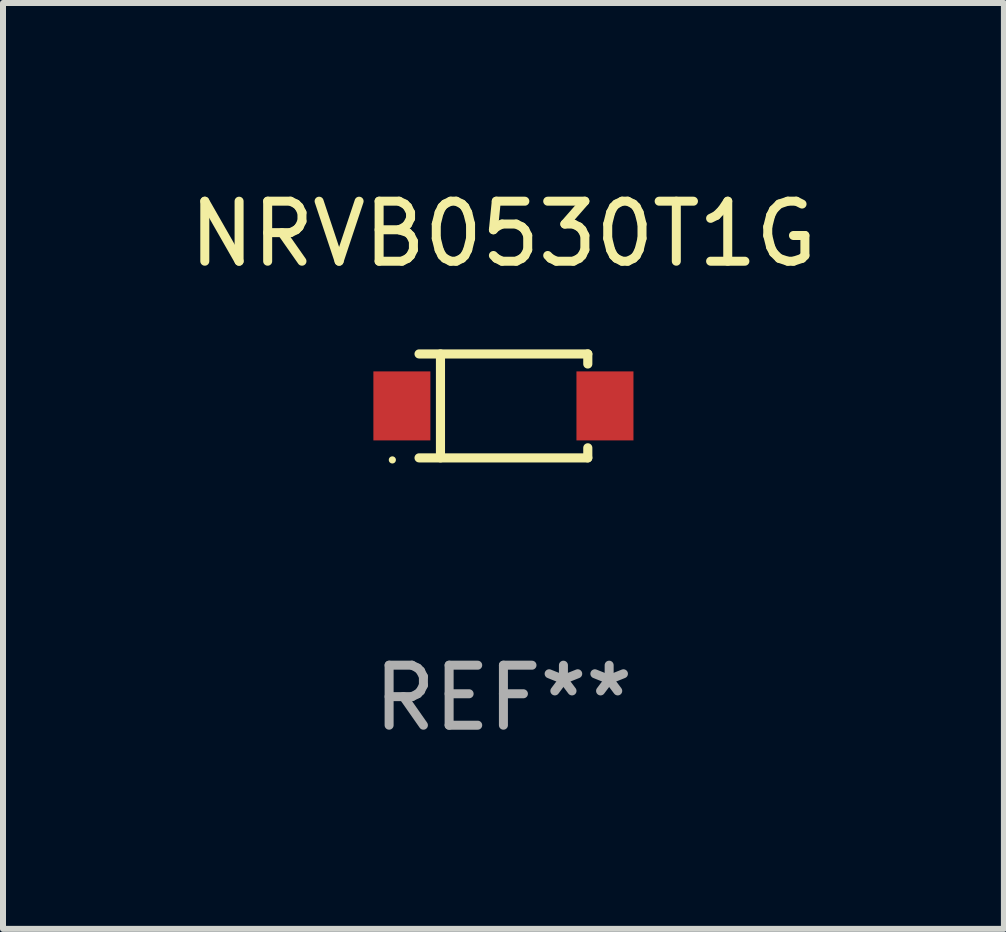
<source format=kicad_pcb>
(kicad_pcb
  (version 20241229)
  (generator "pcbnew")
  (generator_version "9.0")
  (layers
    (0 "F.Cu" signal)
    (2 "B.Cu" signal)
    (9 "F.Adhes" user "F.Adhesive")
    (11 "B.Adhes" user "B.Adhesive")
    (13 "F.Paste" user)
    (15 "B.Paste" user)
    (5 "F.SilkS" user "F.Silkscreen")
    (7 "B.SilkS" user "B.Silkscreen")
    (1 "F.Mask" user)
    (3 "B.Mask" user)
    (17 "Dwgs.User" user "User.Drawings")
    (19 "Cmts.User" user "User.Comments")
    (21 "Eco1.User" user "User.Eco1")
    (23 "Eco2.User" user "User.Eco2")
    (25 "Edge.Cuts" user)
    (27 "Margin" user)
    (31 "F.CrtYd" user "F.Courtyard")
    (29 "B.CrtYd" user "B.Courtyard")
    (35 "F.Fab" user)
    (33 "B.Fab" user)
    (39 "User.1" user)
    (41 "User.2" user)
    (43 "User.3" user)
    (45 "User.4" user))
  (footprint "NRVB0530T1G"
    (layer "F.Cu")
    (at 5.339 3.714)
    (property "Reference" "NRVB0530T1G" (at 0 -2.866 0) (layer "F.SilkS") (effects (font (size 1 1) (thickness 0.15))))
    (attr through_hole)
    (fp_line (start -1.406 -0.866) (end 1.406 -0.866) (stroke (width 0.152) (type solid)) (layer "F.SilkS"))
    (fp_line (start -1.406 0.866) (end 1.406 0.866) (stroke (width 0.152) (type solid)) (layer "F.SilkS"))
    (fp_line (start -1.049 -0.866) (end -1.049 0.866) (stroke (width 0.152) (type solid)) (layer "F.SilkS"))
    (fp_line (start 1.406 -0.866) (end 1.406 -0.698) (stroke (width 0.152) (type solid)) (layer "F.SilkS"))
    (fp_line (start 1.406 0.866) (end 1.406 0.698) (stroke (width 0.152) (type solid)) (layer "F.SilkS"))
    (fp_circle (center -1.851 0.9) (end -1.821 0.9) (stroke (width 0.06) (type solid)) (fill no) (layer "F.SilkS"))
    (fp_text user "REF**" (at 0 4.866 0) (layer "F.Fab") (effects (font (size 1 1) (thickness 0.15))))
    (pad "1" smd rect (at -1.692 0) (size 0.95 1.15) (layers "F.Cu" "F.Mask" "F.Paste"))
    (pad "2" smd rect (at 1.692 0) (size 0.95 1.15) (layers "F.Cu" "F.Mask" "F.Paste")))
  (gr_rect
    (start -3 -3)
    (end 13.679 12.429)
    (stroke (width 0.1) (type default))
    (fill no)
    (layer "Edge.Cuts")))
</source>
